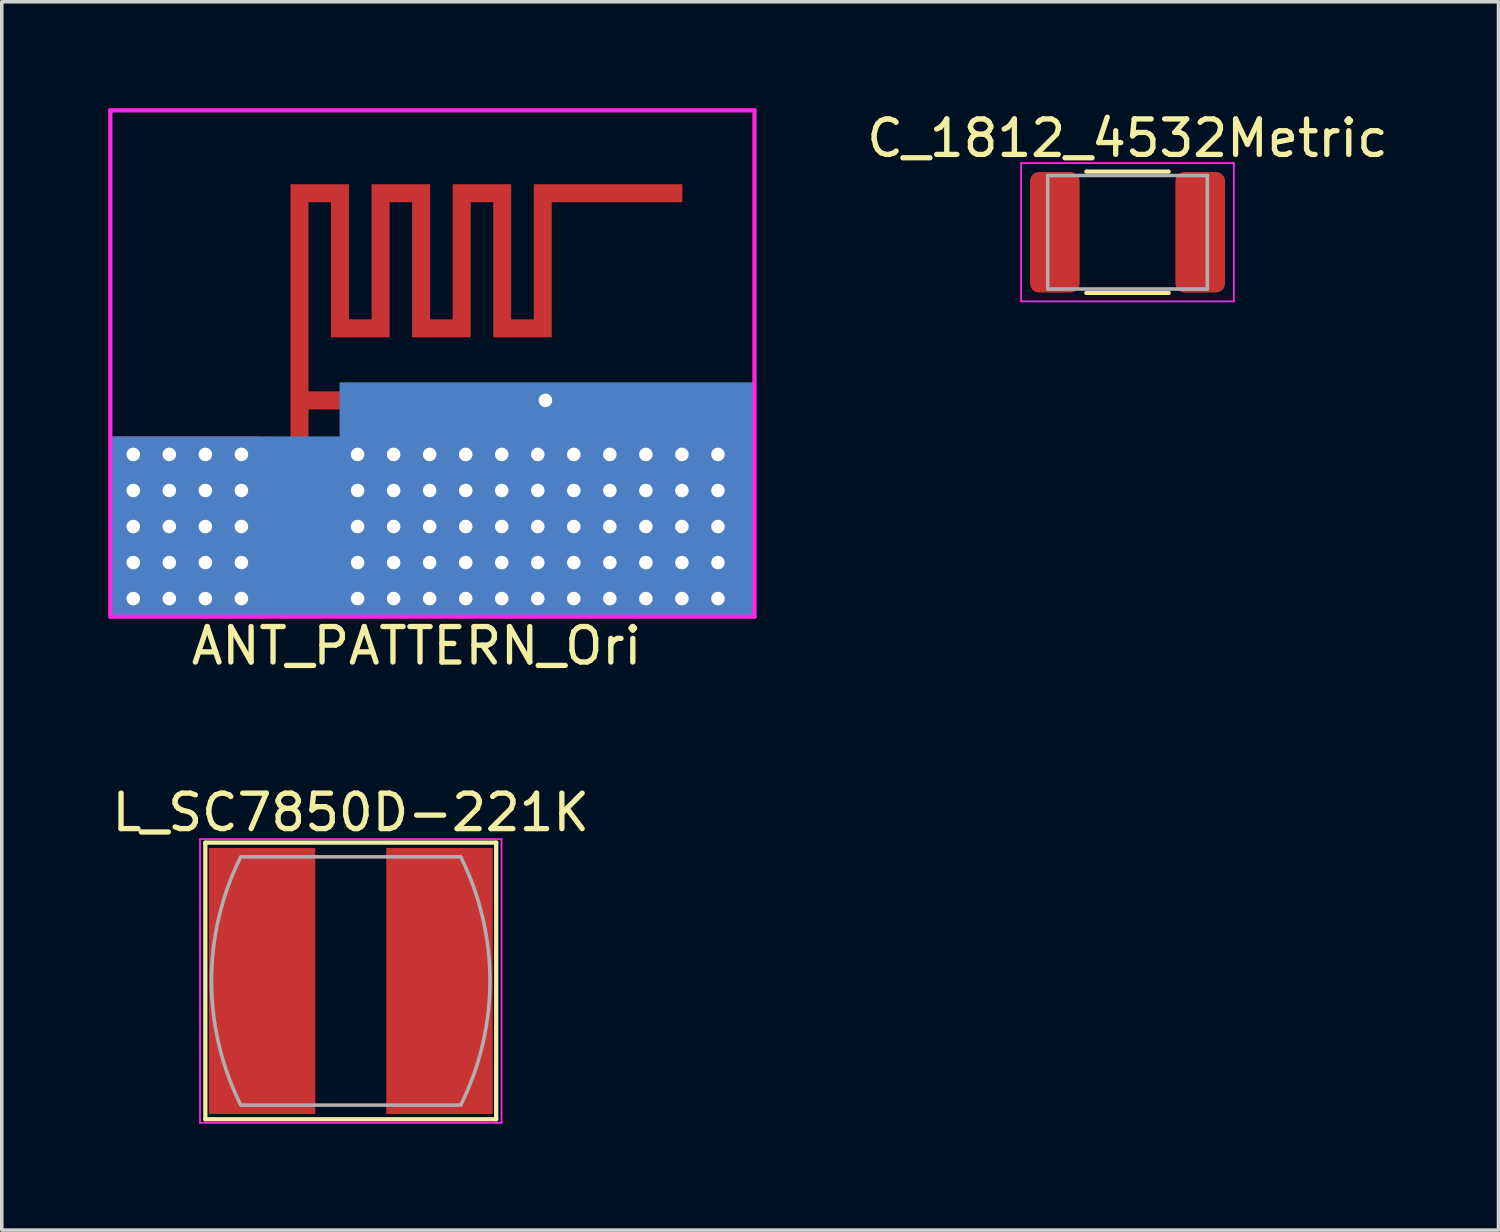
<source format=kicad_pcb>
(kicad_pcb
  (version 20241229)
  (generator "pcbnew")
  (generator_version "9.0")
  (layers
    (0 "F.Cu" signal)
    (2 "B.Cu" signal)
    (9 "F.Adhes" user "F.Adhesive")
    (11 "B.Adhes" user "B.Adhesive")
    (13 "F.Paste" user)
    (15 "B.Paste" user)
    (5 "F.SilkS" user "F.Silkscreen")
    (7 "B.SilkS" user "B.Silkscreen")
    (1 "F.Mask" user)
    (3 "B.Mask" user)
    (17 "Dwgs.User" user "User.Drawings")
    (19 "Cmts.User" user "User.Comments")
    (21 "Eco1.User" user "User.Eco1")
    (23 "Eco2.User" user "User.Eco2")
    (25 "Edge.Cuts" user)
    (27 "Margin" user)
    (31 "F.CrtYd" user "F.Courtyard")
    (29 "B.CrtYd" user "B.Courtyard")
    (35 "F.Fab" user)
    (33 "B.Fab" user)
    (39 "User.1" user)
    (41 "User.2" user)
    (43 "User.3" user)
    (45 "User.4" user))
  (footprint "C_1812_4532Metric"
    (layer "F.Cu")
    (at 28.739 3.498)
    (property "Reference" "C_1812_4532Metric" (at 0 -2.65 0) (layer "F.SilkS") (effects (font (size 1 1) (thickness 0.15))))
    (attr smd)
    (fp_line (start -1.161 -1.71) (end 1.161 -1.71) (stroke (width 0.12) (type solid)) (layer "F.SilkS"))
    (fp_line (start -1.161 1.71) (end 1.161 1.71) (stroke (width 0.12) (type solid)) (layer "F.SilkS"))
    (fp_line (start -3 -1.95) (end 3 -1.95) (stroke (width 0.05) (type solid)) (layer "F.CrtYd"))
    (fp_line (start -3 1.95) (end -3 -1.95) (stroke (width 0.05) (type solid)) (layer "F.CrtYd"))
    (fp_line (start 3 -1.95) (end 3 1.95) (stroke (width 0.05) (type solid)) (layer "F.CrtYd"))
    (fp_line (start 3 1.95) (end -3 1.95) (stroke (width 0.05) (type solid)) (layer "F.CrtYd"))
    (fp_line (start -2.25 -1.6) (end 2.25 -1.6) (stroke (width 0.1) (type solid)) (layer "F.Fab"))
    (fp_line (start -2.25 1.6) (end -2.25 -1.6) (stroke (width 0.1) (type solid)) (layer "F.Fab"))
    (fp_line (start 2.25 -1.6) (end 2.25 1.6) (stroke (width 0.1) (type solid)) (layer "F.Fab"))
    (fp_line (start 2.25 1.6) (end -2.25 1.6) (stroke (width 0.1) (type solid)) (layer "F.Fab"))
    (pad "1" smd roundrect (at -2.05 0) (size 1.4 3.4) (layers "F.Cu" "F.Mask" "F.Paste") (roundrect_rratio 0.179))
    (pad "2" smd roundrect (at 2.05 0) (size 1.4 3.4) (layers "F.Cu" "F.Mask" "F.Paste") (roundrect_rratio 0.179)))
  (footprint "L_SC7850D-221K"
    (layer "F.Cu")
    (at 6.839 24.607)
    (property "Reference" "L_SC7850D-221K" (at 0 -4.75 0) (layer "F.SilkS") (effects (font (size 1 1) (thickness 0.15))))
    (attr smd)
    (fp_line (start -4.1 -3.9) (end -4.1 3.9) (stroke (width 0.12) (type solid)) (layer "F.SilkS"))
    (fp_line (start -4.1 3.9) (end 4.1 3.9) (stroke (width 0.12) (type solid)) (layer "F.SilkS"))
    (fp_line (start 4.1 -3.9) (end -4.1 -3.9) (stroke (width 0.12) (type solid)) (layer "F.SilkS"))
    (fp_line (start 4.1 3.9) (end 4.1 -3.9) (stroke (width 0.12) (type solid)) (layer "F.SilkS"))
    (fp_line (start -4.25 -4) (end 4.25 -4) (stroke (width 0.05) (type solid)) (layer "F.CrtYd"))
    (fp_line (start -4.25 4) (end -4.25 -4) (stroke (width 0.05) (type solid)) (layer "F.CrtYd"))
    (fp_line (start 4.25 -4) (end 4.25 4) (stroke (width 0.05) (type solid)) (layer "F.CrtYd"))
    (fp_line (start 4.25 4) (end -4.25 4) (stroke (width 0.05) (type solid)) (layer "F.CrtYd"))
    (fp_line (start -3.1 3.5) (end 3.1 3.5) (stroke (width 0.1) (type solid)) (layer "F.Fab"))
    (fp_line (start 3.1 -3.5) (end -3.1 -3.5) (stroke (width 0.1) (type solid)) (layer "F.Fab"))
    (fp_arc (start -3.1 3.5) (mid -3.926233 0.008885) (end -3.107929 -3.484096) (stroke (width 0.1) (type solid)) (layer "F.Fab"))
    (fp_arc (start 3.1 -3.5) (mid 3.926233 -0.008885) (end 3.107929 3.484096) (stroke (width 0.1) (type solid)) (layer "F.Fab"))
    (pad "1" smd rect (at -2.5 0) (size 3 7.5) (layers "F.Cu" "F.Mask" "F.Paste"))
    (pad "2" smd rect (at 2.5 0) (size 3 7.5) (layers "F.Cu" "F.Mask" "F.Paste")))
  (footprint "ANT_PATTERN_Ori"
    (layer "F.Cu")
    (at 5.394 14.398)
    (property "Reference" "ANT_PATTERN_Ori" (at 3.302 0.762 0) (layer "F.SilkS") (effects (font (size 1 1) (thickness 0.15))))
    (attr through_hole)
    (fp_poly (pts (xy -1.13 -0.064) (xy -5.334 -0.064) (xy -5.334 -5.144) (xy -1.13 -5.144)) (stroke (width 0) (type solid)) (fill yes) (layer "F.Cu"))
    (fp_poly (pts (xy 12.827 -5.144) (xy 12.827 -0.064) (xy 1.13 -0.064) (xy 1.13 -5.144)) (stroke (width 0) (type solid)) (fill yes) (layer "F.Cu"))
    (fp_poly (pts (xy 0.826 -4.128) (xy 0.826 -0.064) (xy -0.826 -0.064) (xy -0.826 -4.128) (xy -0.254 -5.144) (xy -0.254 -12.255) (xy 1.397 -12.255) (xy 1.397 -8.445) (xy 2.032 -8.445) (xy 2.032 -12.255) (xy 3.683 -12.255) (xy 3.683 -8.445) (xy 4.318 -8.445) (xy 4.318 -12.255) (xy 5.969 -12.255) (xy 5.969 -8.445) (xy 6.604 -8.445) (xy 6.604 -12.255) (xy 10.795 -12.255) (xy 10.795 -11.748) (xy 7.112 -11.748) (xy 7.112 -7.938) (xy 5.461 -7.938) (xy 5.461 -11.748) (xy 4.826 -11.748) (xy 4.826 -7.938) (xy 3.175 -7.938) (xy 3.175 -11.748) (xy 2.54 -11.748) (xy 2.54 -7.938) (xy 0.889 -7.938) (xy 0.889 -11.748) (xy 0.254 -11.748) (xy 0.254 -6.413) (xy 7.188 -6.413) (xy 7.188 -5.905) (xy 0.254 -5.905) (xy 0.254 -5.144)) (stroke (width 0) (type solid)) (fill yes) (layer "F.Cu"))
    (fp_poly (pts (xy 0.826 -4.128) (xy 0.826 -0.064) (xy -0.826 -0.064) (xy -0.826 -4.128) (xy -0.254 -5.144) (xy -0.254 -12.255) (xy 1.397 -12.255) (xy 1.397 -8.445) (xy 2.032 -8.445) (xy 2.032 -12.255) (xy 3.683 -12.255) (xy 3.683 -8.445) (xy 4.318 -8.445) (xy 4.318 -12.255) (xy 5.969 -12.255) (xy 5.969 -8.445) (xy 6.604 -8.445) (xy 6.604 -12.255) (xy 10.795 -12.255) (xy 10.795 -11.748) (xy 7.112 -11.748) (xy 7.112 -7.938) (xy 5.461 -7.938) (xy 5.461 -11.748) (xy 4.826 -11.748) (xy 4.826 -7.938) (xy 3.175 -7.938) (xy 3.175 -11.748) (xy 2.54 -11.748) (xy 2.54 -7.938) (xy 0.889 -7.938) (xy 0.889 -11.748) (xy 0.254 -11.748) (xy 0.254 -6.413) (xy 7.188 -6.413) (xy 7.188 -5.905) (xy 0.254 -5.905) (xy 0.254 -5.144)) (stroke (width 0) (type solid)) (fill yes) (layer "F.Mask"))
    (fp_poly (pts (xy 12.827 -0.064) (xy -5.334 -0.064) (xy -5.334 -5.144) (xy 1.13 -5.144) (xy 1.13 -6.668) (xy 12.827 -6.668) (xy 12.827 -5.144)) (stroke (width 0) (type solid)) (fill yes) (layer "B.Cu"))
    (fp_line (start -5.334 -14.338) (end 12.827 -14.338) (stroke (width 0.12) (type solid)) (layer "F.CrtYd"))
    (fp_line (start -5.334 -0.064) (end -5.334 -14.338) (stroke (width 0.12) (type solid)) (layer "F.CrtYd"))
    (fp_line (start 12.827 -14.338) (end 12.827 -0.064) (stroke (width 0.12) (type solid)) (layer "F.CrtYd"))
    (fp_line (start 12.827 -0.064) (end -5.334 -0.064) (stroke (width 0.12) (type solid)) (layer "F.CrtYd"))
    (pad "" np_thru_hole circle (at -4.686 -4.636) (size 0.635 0.635) (drill 0.381) (layers "*.Cu" "*.Mask"))
    (pad "" np_thru_hole circle (at -4.686 -3.619) (size 0.635 0.635) (drill 0.381) (layers "*.Cu" "*.Mask"))
    (pad "" np_thru_hole circle (at -4.686 -2.603) (size 0.635 0.635) (drill 0.381) (layers "*.Cu" "*.Mask"))
    (pad "" np_thru_hole circle (at -4.686 -1.587) (size 0.635 0.635) (drill 0.381) (layers "*.Cu" "*.Mask"))
    (pad "" np_thru_hole circle (at -4.686 -0.572) (size 0.635 0.635) (drill 0.381) (layers "*.Cu" "*.Mask"))
    (pad "" np_thru_hole circle (at -3.67 -4.636) (size 0.635 0.635) (drill 0.381) (layers "*.Cu" "*.Mask"))
    (pad "" np_thru_hole circle (at -3.67 -3.619) (size 0.635 0.635) (drill 0.381) (layers "*.Cu" "*.Mask"))
    (pad "" np_thru_hole circle (at -3.67 -2.603) (size 0.635 0.635) (drill 0.381) (layers "*.Cu" "*.Mask"))
    (pad "" np_thru_hole circle (at -3.67 -1.587) (size 0.635 0.635) (drill 0.381) (layers "*.Cu" "*.Mask"))
    (pad "" np_thru_hole circle (at -3.67 -0.572) (size 0.635 0.635) (drill 0.381) (layers "*.Cu" "*.Mask"))
    (pad "" np_thru_hole circle (at -2.654 -4.636) (size 0.635 0.635) (drill 0.381) (layers "*.Cu" "*.Mask"))
    (pad "" np_thru_hole circle (at -2.654 -3.619) (size 0.635 0.635) (drill 0.381) (layers "*.Cu" "*.Mask"))
    (pad "" np_thru_hole circle (at -2.654 -2.603) (size 0.635 0.635) (drill 0.381) (layers "*.Cu" "*.Mask"))
    (pad "" np_thru_hole circle (at -2.654 -1.587) (size 0.635 0.635) (drill 0.381) (layers "*.Cu" "*.Mask"))
    (pad "" np_thru_hole circle (at -2.654 -0.572) (size 0.635 0.635) (drill 0.381) (layers "*.Cu" "*.Mask"))
    (pad "" np_thru_hole circle (at -1.638 -4.636) (size 0.635 0.635) (drill 0.381) (layers "*.Cu" "*.Mask"))
    (pad "" np_thru_hole circle (at -1.638 -3.619) (size 0.635 0.635) (drill 0.381) (layers "*.Cu" "*.Mask"))
    (pad "" np_thru_hole circle (at -1.638 -2.603) (size 0.635 0.635) (drill 0.381) (layers "*.Cu" "*.Mask"))
    (pad "" np_thru_hole circle (at -1.638 -1.587) (size 0.635 0.635) (drill 0.381) (layers "*.Cu" "*.Mask"))
    (pad "" np_thru_hole circle (at -1.638 -0.572) (size 0.635 0.635) (drill 0.381) (layers "*.Cu" "*.Mask"))
    (pad "" np_thru_hole circle (at 1.638 -4.636) (size 0.635 0.635) (drill 0.381) (layers "*.Cu" "*.Mask"))
    (pad "" np_thru_hole circle (at 1.638 -3.619) (size 0.635 0.635) (drill 0.381) (layers "*.Cu" "*.Mask"))
    (pad "" np_thru_hole circle (at 1.638 -2.603) (size 0.635 0.635) (drill 0.381) (layers "*.Cu" "*.Mask"))
    (pad "" np_thru_hole circle (at 1.638 -1.587) (size 0.635 0.635) (drill 0.381) (layers "*.Cu" "*.Mask"))
    (pad "" np_thru_hole circle (at 1.638 -0.572) (size 0.635 0.635) (drill 0.381) (layers "*.Cu" "*.Mask"))
    (pad "" np_thru_hole circle (at 2.654 -4.636) (size 0.635 0.635) (drill 0.381) (layers "*.Cu" "*.Mask"))
    (pad "" np_thru_hole circle (at 2.654 -3.619) (size 0.635 0.635) (drill 0.381) (layers "*.Cu" "*.Mask"))
    (pad "" np_thru_hole circle (at 2.654 -2.603) (size 0.635 0.635) (drill 0.381) (layers "*.Cu" "*.Mask"))
    (pad "" np_thru_hole circle (at 2.654 -1.587) (size 0.635 0.635) (drill 0.381) (layers "*.Cu" "*.Mask"))
    (pad "" np_thru_hole circle (at 2.654 -0.572) (size 0.635 0.635) (drill 0.381) (layers "*.Cu" "*.Mask"))
    (pad "" np_thru_hole circle (at 3.67 -4.636) (size 0.635 0.635) (drill 0.381) (layers "*.Cu" "*.Mask"))
    (pad "" np_thru_hole circle (at 3.67 -3.619) (size 0.635 0.635) (drill 0.381) (layers "*.Cu" "*.Mask"))
    (pad "" np_thru_hole circle (at 3.67 -2.603) (size 0.635 0.635) (drill 0.381) (layers "*.Cu" "*.Mask"))
    (pad "" np_thru_hole circle (at 3.67 -1.587) (size 0.635 0.635) (drill 0.381) (layers "*.Cu" "*.Mask"))
    (pad "" np_thru_hole circle (at 3.67 -0.572) (size 0.635 0.635) (drill 0.381) (layers "*.Cu" "*.Mask"))
    (pad "" np_thru_hole circle (at 4.686 -4.636) (size 0.635 0.635) (drill 0.381) (layers "*.Cu" "*.Mask"))
    (pad "" np_thru_hole circle (at 4.686 -3.619) (size 0.635 0.635) (drill 0.381) (layers "*.Cu" "*.Mask"))
    (pad "" np_thru_hole circle (at 4.686 -2.603) (size 0.635 0.635) (drill 0.381) (layers "*.Cu" "*.Mask"))
    (pad "" np_thru_hole circle (at 4.686 -1.587) (size 0.635 0.635) (drill 0.381) (layers "*.Cu" "*.Mask"))
    (pad "" np_thru_hole circle (at 4.686 -0.572) (size 0.635 0.635) (drill 0.381) (layers "*.Cu" "*.Mask"))
    (pad "" np_thru_hole circle (at 5.702 -4.636) (size 0.635 0.635) (drill 0.381) (layers "*.Cu" "*.Mask"))
    (pad "" np_thru_hole circle (at 5.702 -3.619) (size 0.635 0.635) (drill 0.381) (layers "*.Cu" "*.Mask"))
    (pad "" np_thru_hole circle (at 5.702 -2.603) (size 0.635 0.635) (drill 0.381) (layers "*.Cu" "*.Mask"))
    (pad "" np_thru_hole circle (at 5.702 -1.587) (size 0.635 0.635) (drill 0.381) (layers "*.Cu" "*.Mask"))
    (pad "" np_thru_hole circle (at 5.702 -0.572) (size 0.635 0.635) (drill 0.381) (layers "*.Cu" "*.Mask"))
    (pad "" np_thru_hole circle (at 6.718 -4.636) (size 0.635 0.635) (drill 0.381) (layers "*.Cu" "*.Mask"))
    (pad "" np_thru_hole circle (at 6.718 -3.619) (size 0.635 0.635) (drill 0.381) (layers "*.Cu" "*.Mask"))
    (pad "" np_thru_hole circle (at 6.718 -2.603) (size 0.635 0.635) (drill 0.381) (layers "*.Cu" "*.Mask"))
    (pad "" np_thru_hole circle (at 6.718 -1.587) (size 0.635 0.635) (drill 0.381) (layers "*.Cu" "*.Mask"))
    (pad "" np_thru_hole circle (at 6.718 -0.572) (size 0.635 0.635) (drill 0.381) (layers "*.Cu" "*.Mask"))
    (pad "" np_thru_hole circle (at 6.934 -6.16) (size 0.635 0.635) (drill 0.381) (layers "*.Cu" "*.Mask"))
    (pad "" np_thru_hole circle (at 7.734 -4.636) (size 0.635 0.635) (drill 0.381) (layers "*.Cu" "*.Mask"))
    (pad "" np_thru_hole circle (at 7.734 -3.619) (size 0.635 0.635) (drill 0.381) (layers "*.Cu" "*.Mask"))
    (pad "" np_thru_hole circle (at 7.734 -2.603) (size 0.635 0.635) (drill 0.381) (layers "*.Cu" "*.Mask"))
    (pad "" np_thru_hole circle (at 7.734 -1.587) (size 0.635 0.635) (drill 0.381) (layers "*.Cu" "*.Mask"))
    (pad "" np_thru_hole circle (at 7.734 -0.572) (size 0.635 0.635) (drill 0.381) (layers "*.Cu" "*.Mask"))
    (pad "" np_thru_hole circle (at 8.75 -4.636) (size 0.635 0.635) (drill 0.381) (layers "*.Cu" "*.Mask"))
    (pad "" np_thru_hole circle (at 8.75 -3.619) (size 0.635 0.635) (drill 0.381) (layers "*.Cu" "*.Mask"))
    (pad "" np_thru_hole circle (at 8.75 -2.603) (size 0.635 0.635) (drill 0.381) (layers "*.Cu" "*.Mask"))
    (pad "" np_thru_hole circle (at 8.75 -1.587) (size 0.635 0.635) (drill 0.381) (layers "*.Cu" "*.Mask"))
    (pad "" np_thru_hole circle (at 8.75 -0.572) (size 0.635 0.635) (drill 0.381) (layers "*.Cu" "*.Mask"))
    (pad "" np_thru_hole circle (at 9.766 -4.636) (size 0.635 0.635) (drill 0.381) (layers "*.Cu" "*.Mask"))
    (pad "" np_thru_hole circle (at 9.766 -3.619) (size 0.635 0.635) (drill 0.381) (layers "*.Cu" "*.Mask"))
    (pad "" np_thru_hole circle (at 9.766 -2.603) (size 0.635 0.635) (drill 0.381) (layers "*.Cu" "*.Mask"))
    (pad "" np_thru_hole circle (at 9.766 -1.587) (size 0.635 0.635) (drill 0.381) (layers "*.Cu" "*.Mask"))
    (pad "" np_thru_hole circle (at 9.766 -0.572) (size 0.635 0.635) (drill 0.381) (layers "*.Cu" "*.Mask"))
    (pad "" np_thru_hole circle (at 10.782 -4.636) (size 0.635 0.635) (drill 0.381) (layers "*.Cu" "*.Mask"))
    (pad "" np_thru_hole circle (at 10.782 -3.619) (size 0.635 0.635) (drill 0.381) (layers "*.Cu" "*.Mask"))
    (pad "" np_thru_hole circle (at 10.782 -2.603) (size 0.635 0.635) (drill 0.381) (layers "*.Cu" "*.Mask"))
    (pad "" np_thru_hole circle (at 10.782 -1.587) (size 0.635 0.635) (drill 0.381) (layers "*.Cu" "*.Mask"))
    (pad "" np_thru_hole circle (at 10.782 -0.572) (size 0.635 0.635) (drill 0.381) (layers "*.Cu" "*.Mask"))
    (pad "" np_thru_hole circle (at 11.798 -4.636) (size 0.635 0.635) (drill 0.381) (layers "*.Cu" "*.Mask"))
    (pad "" np_thru_hole circle (at 11.798 -3.619) (size 0.635 0.635) (drill 0.381) (layers "*.Cu" "*.Mask"))
    (pad "" np_thru_hole circle (at 11.798 -2.603) (size 0.635 0.635) (drill 0.381) (layers "*.Cu" "*.Mask"))
    (pad "" np_thru_hole circle (at 11.798 -1.587) (size 0.635 0.635) (drill 0.381) (layers "*.Cu" "*.Mask"))
    (pad "" np_thru_hole circle (at 11.798 -0.572) (size 0.635 0.635) (drill 0.381) (layers "*.Cu" "*.Mask"))
    (pad "1" connect trapezoid (at 0 -0.889) (size 1.651 1.651) (layers "F.Cu" "F.Mask")))
  (gr_rect
    (start -3 -3)
    (end 39.198 31.632)
    (stroke (width 0.1) (type default))
    (fill no)
    (layer "Edge.Cuts")))
</source>
